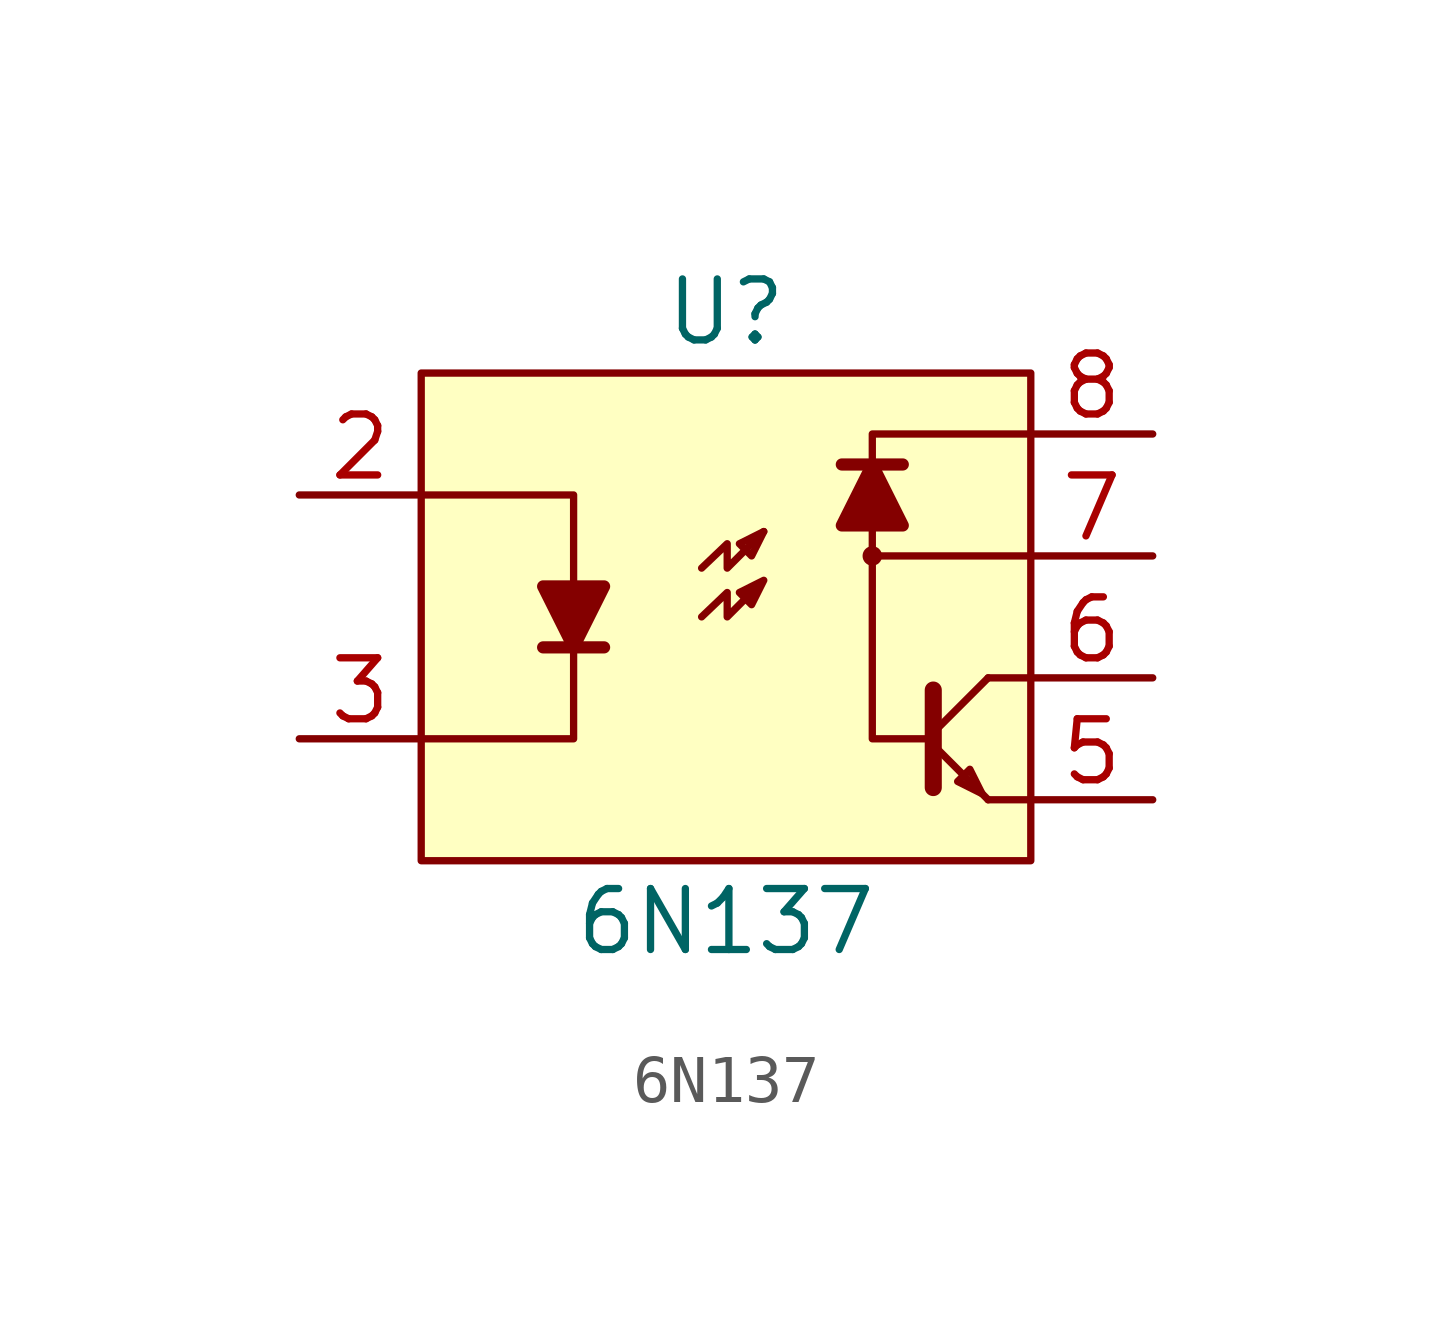
<source format=kicad_sym>
(kicad_symbol_lib
  (version 20220914)
  (generator kicad_symbol_editor)
  (symbol "6N137"
    (pin_names
      (offset 1.016))
    (property "Reference" "U"
      (at 0 6.35 0)
      (effects (font (size 1.27 1.27))))
    (property "Value" "6N137"
      (at 0 -6.35 0)
      (effects (font (size 1.27 1.27))))
    (symbol "6N137_0_1"
      (rectangle (start -6.35 5.08) (end 6.35 -5.08) (stroke (width 0) (type solid)) (fill (type background)))
      (polyline (pts (xy -3.81 -0.635) (xy -2.54 -0.635)) (stroke (width 0.254) (type solid)) (fill (type none)))
      (polyline (pts (xy 2.413 3.175) (xy 3.683 3.175)) (stroke (width 0.254) (type solid)) (fill (type none)))
      (polyline (pts (xy 4.318 -2.667) (xy 5.461 -3.81)) (stroke (width 0) (type solid)) (fill (type none)))
      (polyline (pts (xy 4.318 -2.413) (xy 5.461 -1.27)) (stroke (width 0) (type solid)) (fill (type none)))
      (polyline (pts (xy 4.318 -1.524) (xy 4.318 -3.556)) (stroke (width 0.356) (type solid)) (fill (type none)))
      (polyline (pts (xy 6.35 -3.81) (xy 5.461 -3.81)) (stroke (width 0) (type solid)) (fill (type none)))
      (polyline (pts (xy 6.35 -1.27) (xy 5.461 -1.27)) (stroke (width 0) (type solid)) (fill (type none)))
      (polyline (pts (xy 6.35 1.27) (xy 3.048 1.27)) (stroke (width 0) (type solid)) (fill (type none)))
      (polyline (pts (xy -6.35 2.54) (xy -3.175 2.54) (xy -3.175 0.635)) (stroke (width 0) (type solid)) (fill (type none)))
      (polyline (pts (xy -3.175 -0.635) (xy -3.175 -2.54) (xy -6.35 -2.54)) (stroke (width 0) (type solid)) (fill (type none)))
      (polyline (pts (xy 4.318 -2.54) (xy 3.048 -2.54) (xy 3.048 1.905)) (stroke (width 0) (type solid)) (fill (type none)))
      (polyline (pts (xy 6.35 3.81) (xy 3.048 3.81) (xy 3.048 3.175)) (stroke (width 0) (type solid)) (fill (type none)))
      (polyline (pts (xy -3.175 -0.635) (xy -3.81 0.635) (xy -2.54 0.635) (xy -3.175 -0.635)) (stroke (width 0.254) (type solid)) (fill (type outline)))
      (polyline (pts (xy -0.508 1.016) (xy 0.025 1.524) (xy 0.025 1.016) (xy 0.787 1.778)) (stroke (width 0) (type solid)) (fill (type none)))
      (polyline (pts (xy 0.787 1.778) (xy 0.279 1.524) (xy 0.533 1.27) (xy 0.787 1.778)) (stroke (width 0) (type solid)) (fill (type none)))
      (polyline (pts (xy 3.048 3.175) (xy 2.413 1.905) (xy 3.683 1.905) (xy 3.048 3.175)) (stroke (width 0.254) (type solid)) (fill (type outline)))
      (polyline (pts (xy 5.334 -3.683) (xy 5.08 -3.175) (xy 4.826 -3.429) (xy 5.334 -3.683)) (stroke (width 0) (type solid)) (fill (type none)))
      (polyline (pts (xy -0.508 0) (xy 0.025 0.508) (xy 0.025 0) (xy 0.787 0.762) (xy 0.279 0.508) (xy 0.533 0.254) (xy 0.787 0.762)) (stroke (width 0) (type solid)) (fill (type none)))
      (circle (center 3.048 1.27) (radius 0.127) (stroke (width 0) (type solid)) (fill (type none))))
    (symbol "6N137_1_1"
      (pin passive line (at -8.89 2.54 0) (length 2.54) (name "~" (effects (font (size 1.27 1.27)))) (number "2" (effects (font (size 1.27 1.27)))))
      (pin passive line (at -8.89 -2.54 0) (length 2.54) (name "~" (effects (font (size 1.27 1.27)))) (number "3" (effects (font (size 1.27 1.27)))))
      (pin passive line (at 8.89 -3.81 180) (length 2.54) (name "~" (effects (font (size 1.27 1.27)))) (number "5" (effects (font (size 1.27 1.27)))))
      (pin passive line (at 8.89 -1.27 180) (length 2.54) (name "~" (effects (font (size 1.27 1.27)))) (number "6" (effects (font (size 1.27 1.27)))))
      (pin passive line (at 8.89 1.27 180) (length 2.54) (name "~" (effects (font (size 1.27 1.27)))) (number "7" (effects (font (size 1.27 1.27)))))
      (pin passive line (at 8.89 3.81 180) (length 2.54) (name "~" (effects (font (size 1.27 1.27)))) (number "8" (effects (font (size 1.27 1.27))))))))
</source>
